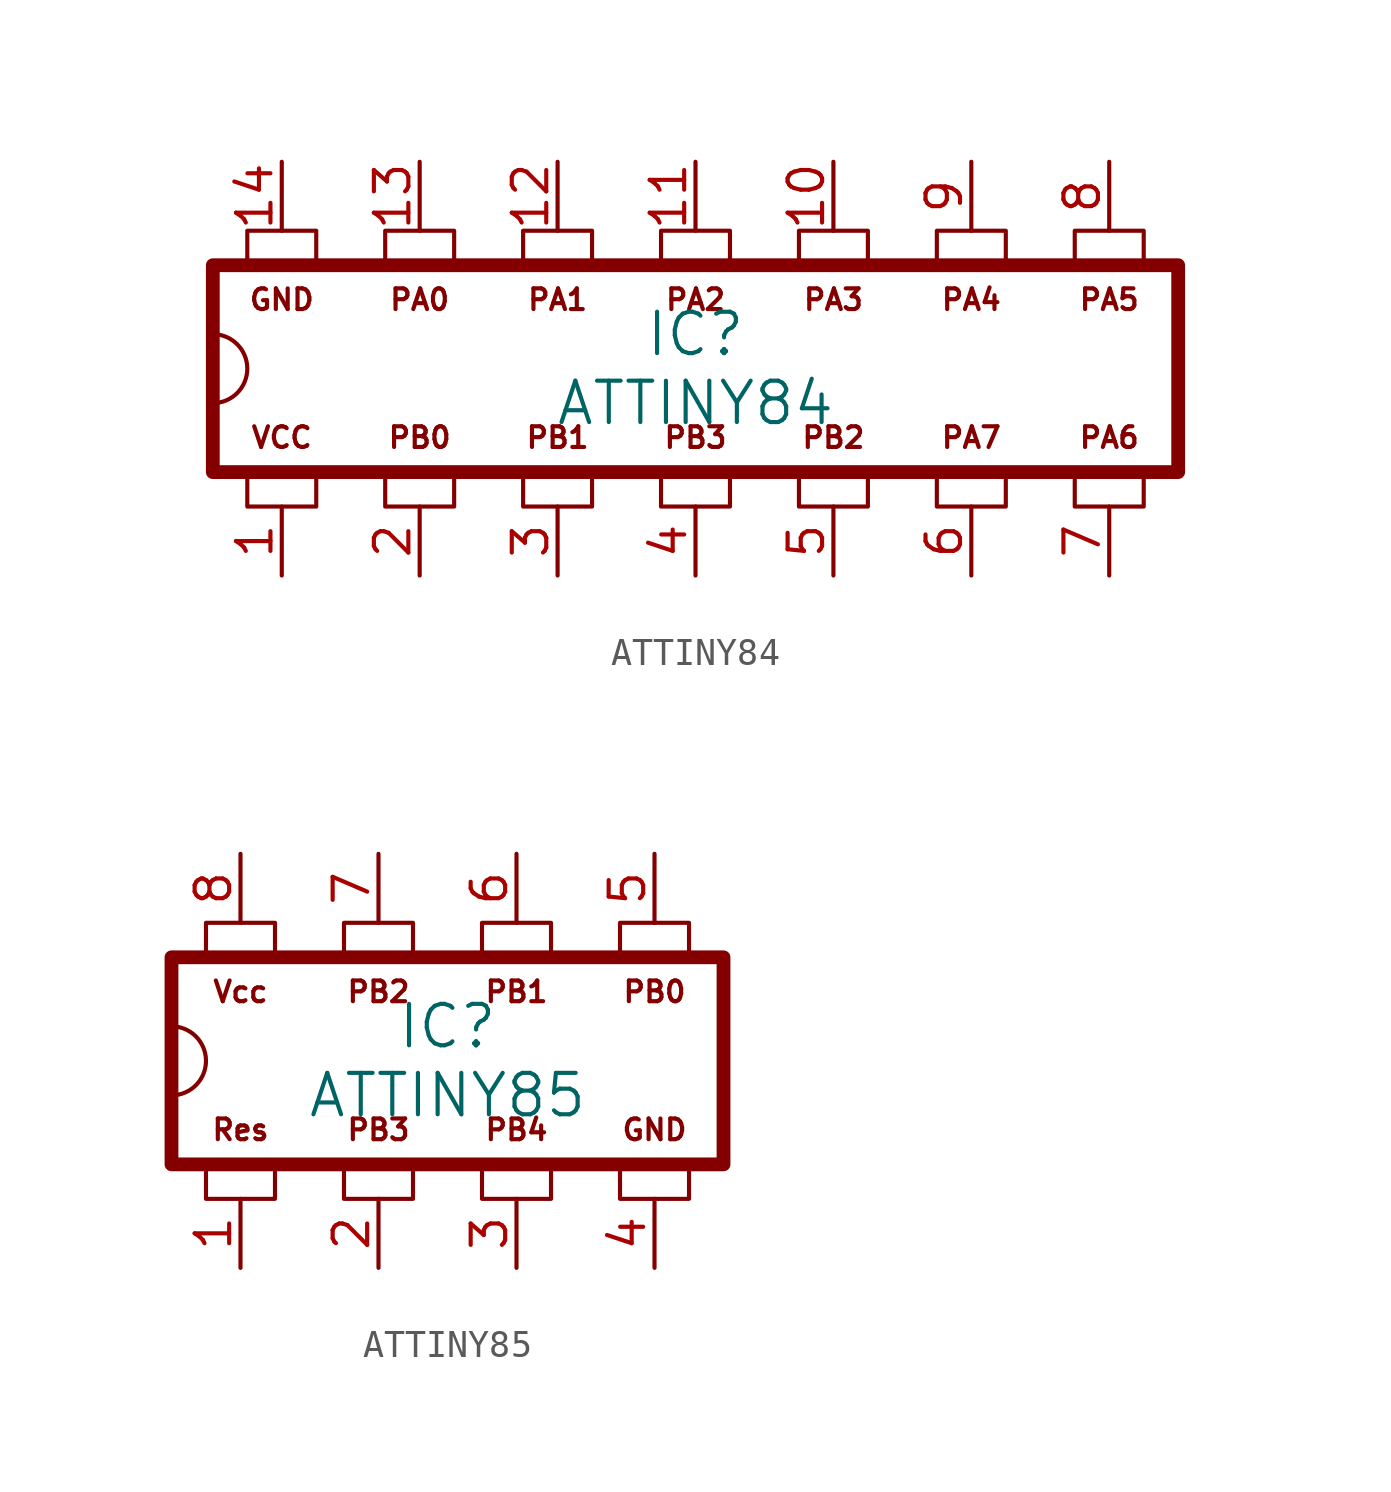
<source format=kicad_sym>
(kicad_symbol_lib
  (version 20231120)
  (generator "kicad_symbol_editor")
  (generator_version "8.0")
  (symbol "ATTINY84"
    (pin_names
      (offset 1.016))
    (property "Reference" "IC"
      (at 7.62 1.27 0)
      (effects (font (size 1.524 1.524))))
    (property "Value" "ATTINY84"
      (at 7.62 -1.27 0)
      (effects (font (size 1.524 1.524))))
    (property "Footprint" ""
      (at 0 0 0)
      (effects (font (size 1.524 1.524))))
    (property "Datasheet" ""
      (at 0 0 0)
      (effects (font (size 1.524 1.524))))
    (symbol "ATTINY84_0_0"
      (text "GND" (at -7.62 2.54 0) (effects (font (size 0.762 0.762))))
      (text "PA0" (at -2.54 2.54 0) (effects (font (size 0.762 0.762))))
      (text "PA1" (at 2.54 2.54 0) (effects (font (size 0.762 0.762))))
      (text "PA2" (at 7.62 2.54 0) (effects (font (size 0.762 0.762))))
      (text "PA3" (at 12.7 2.54 0) (effects (font (size 0.762 0.762))))
      (text "PA4" (at 17.78 2.54 0) (effects (font (size 0.762 0.762))))
      (text "PA5" (at 22.86 2.54 0) (effects (font (size 0.762 0.762))))
      (text "PA6" (at 22.86 -2.54 0) (effects (font (size 0.762 0.762))))
      (text "PA7" (at 17.78 -2.54 0) (effects (font (size 0.762 0.762))))
      (text "PB0" (at -2.54 -2.54 0) (effects (font (size 0.762 0.762))))
      (text "PB1" (at 2.54 -2.54 0) (effects (font (size 0.762 0.762))))
      (text "PB2" (at 12.7 -2.54 0) (effects (font (size 0.762 0.762))))
      (text "PB3" (at 7.62 -2.54 0) (effects (font (size 0.762 0.762))))
      (text "VCC" (at -7.62 -2.54 0) (effects (font (size 0.762 0.762)))))
    (symbol "ATTINY84_0_1"
      (arc (start -10.16 -1.27) (mid -8.89 0) (end -10.16 1.27) (stroke (width 0) (type solid)) (fill (type none)))
      (rectangle (start -10.16 3.81) (end 25.4 -3.81) (stroke (width 0.508) (type solid)) (fill (type none)))
      (polyline (pts (xy -8.89 -3.81) (xy -8.89 -5.08) (xy -6.35 -5.08) (xy -6.35 -3.81)) (stroke (width 0) (type solid)) (fill (type none)))
      (polyline (pts (xy -6.35 3.81) (xy -6.35 5.08) (xy -8.89 5.08) (xy -8.89 3.81)) (stroke (width 0) (type solid)) (fill (type none)))
      (polyline (pts (xy -3.81 -3.81) (xy -3.81 -5.08) (xy -1.27 -5.08) (xy -1.27 -3.81)) (stroke (width 0) (type solid)) (fill (type none)))
      (polyline (pts (xy -1.27 3.81) (xy -1.27 5.08) (xy -3.81 5.08) (xy -3.81 3.81)) (stroke (width 0) (type solid)) (fill (type none)))
      (polyline (pts (xy 1.27 -3.81) (xy 1.27 -5.08) (xy 3.81 -5.08) (xy 3.81 -3.81)) (stroke (width 0) (type solid)) (fill (type none)))
      (polyline (pts (xy 1.27 3.81) (xy 1.27 5.08) (xy 3.81 5.08) (xy 3.81 3.81)) (stroke (width 0) (type solid)) (fill (type none)))
      (polyline (pts (xy 6.35 -3.81) (xy 6.35 -5.08) (xy 8.89 -5.08) (xy 8.89 -3.81)) (stroke (width 0) (type solid)) (fill (type none)))
      (polyline (pts (xy 6.35 3.81) (xy 6.35 5.08) (xy 8.89 5.08) (xy 8.89 3.81)) (stroke (width 0) (type solid)) (fill (type none)))
      (polyline (pts (xy 11.43 -3.81) (xy 11.43 -5.08) (xy 13.97 -5.08) (xy 13.97 -3.81)) (stroke (width 0) (type solid)) (fill (type none)))
      (polyline (pts (xy 11.43 3.81) (xy 11.43 5.08) (xy 13.97 5.08) (xy 13.97 3.81)) (stroke (width 0) (type solid)) (fill (type none)))
      (polyline (pts (xy 16.51 -3.81) (xy 16.51 -5.08) (xy 19.05 -5.08) (xy 19.05 -3.81)) (stroke (width 0) (type solid)) (fill (type none)))
      (polyline (pts (xy 16.51 3.81) (xy 16.51 5.08) (xy 19.05 5.08) (xy 19.05 3.81)) (stroke (width 0) (type solid)) (fill (type none)))
      (polyline (pts (xy 21.59 -3.81) (xy 21.59 -5.08) (xy 24.13 -5.08) (xy 24.13 -3.81)) (stroke (width 0) (type solid)) (fill (type none)))
      (polyline (pts (xy 21.59 3.81) (xy 21.59 5.08) (xy 24.13 5.08) (xy 24.13 3.81)) (stroke (width 0) (type solid)) (fill (type none))))
    (symbol "ATTINY84_1_1"
      (pin power_in line (at -7.62 -7.62 90) (length 2.54) (name "~" (effects (font (size 1.27 1.27)))) (number "1" (effects (font (size 1.27 1.27)))))
      (pin bidirectional line (at 12.7 7.62 270) (length 2.54) (name "~" (effects (font (size 1.27 1.27)))) (number "10" (effects (font (size 1.27 1.27)))))
      (pin bidirectional line (at 7.62 7.62 270) (length 2.54) (name "~" (effects (font (size 1.27 1.27)))) (number "11" (effects (font (size 1.27 1.27)))))
      (pin bidirectional line (at 2.54 7.62 270) (length 2.54) (name "~" (effects (font (size 1.27 1.27)))) (number "12" (effects (font (size 1.27 1.27)))))
      (pin bidirectional line (at -2.54 7.62 270) (length 2.54) (name "~" (effects (font (size 1.27 1.27)))) (number "13" (effects (font (size 1.27 1.27)))))
      (pin power_in line (at -7.62 7.62 270) (length 2.54) (name "~" (effects (font (size 1.27 1.27)))) (number "14" (effects (font (size 1.27 1.27)))))
      (pin bidirectional line (at -2.54 -7.62 90) (length 2.54) (name "~" (effects (font (size 1.27 1.27)))) (number "2" (effects (font (size 1.27 1.27)))))
      (pin bidirectional line (at 2.54 -7.62 90) (length 2.54) (name "~" (effects (font (size 1.27 1.27)))) (number "3" (effects (font (size 1.27 1.27)))))
      (pin bidirectional line (at 7.62 -7.62 90) (length 2.54) (name "~" (effects (font (size 1.27 1.27)))) (number "4" (effects (font (size 1.27 1.27)))))
      (pin bidirectional line (at 12.7 -7.62 90) (length 2.54) (name "~" (effects (font (size 1.27 1.27)))) (number "5" (effects (font (size 1.27 1.27)))))
      (pin bidirectional line (at 17.78 -7.62 90) (length 2.54) (name "~" (effects (font (size 1.27 1.27)))) (number "6" (effects (font (size 1.27 1.27)))))
      (pin bidirectional line (at 22.86 -7.62 90) (length 2.54) (name "~" (effects (font (size 1.27 1.27)))) (number "7" (effects (font (size 1.27 1.27)))))
      (pin bidirectional line (at 22.86 7.62 270) (length 2.54) (name "~" (effects (font (size 1.27 1.27)))) (number "8" (effects (font (size 1.27 1.27)))))
      (pin bidirectional line (at 17.78 7.62 270) (length 2.54) (name "~" (effects (font (size 1.27 1.27)))) (number "9" (effects (font (size 1.27 1.27)))))))
  (symbol "ATTINY85"
    (pin_names
      (offset 1.016))
    (property "Reference" "IC"
      (at 0 1.27 0)
      (effects (font (size 1.524 1.524))))
    (property "Value" "ATTINY85"
      (at 0 -1.27 0)
      (effects (font (size 1.524 1.524))))
    (property "Footprint" ""
      (at 0 0 0)
      (effects (font (size 1.524 1.524))))
    (property "Datasheet" ""
      (at 0 0 0)
      (effects (font (size 1.524 1.524))))
    (symbol "ATTINY85_0_0"
      (text "GND" (at 7.62 -2.54 0) (effects (font (size 0.762 0.762))))
      (text "PB0" (at 7.62 2.54 0) (effects (font (size 0.762 0.762))))
      (text "PB1" (at 2.54 2.54 0) (effects (font (size 0.762 0.762))))
      (text "PB2" (at -2.54 2.54 0) (effects (font (size 0.762 0.762))))
      (text "PB3" (at -2.54 -2.54 0) (effects (font (size 0.762 0.762))))
      (text "PB4" (at 2.54 -2.54 0) (effects (font (size 0.762 0.762))))
      (text "Res" (at -7.62 -2.54 0) (effects (font (size 0.762 0.762))))
      (text "Vcc" (at -7.62 2.54 0) (effects (font (size 0.762 0.762)))))
    (symbol "ATTINY85_0_1"
      (arc (start -10.16 -1.27) (mid -8.89 0) (end -10.16 1.27) (stroke (width 0) (type solid)) (fill (type none)))
      (rectangle (start -10.16 3.81) (end 10.16 -3.81) (stroke (width 0.508) (type solid)) (fill (type none)))
      (polyline (pts (xy -8.89 -3.81) (xy -8.89 -5.08) (xy -6.35 -5.08) (xy -6.35 -3.81)) (stroke (width 0) (type solid)) (fill (type none)))
      (polyline (pts (xy -6.35 3.81) (xy -6.35 5.08) (xy -8.89 5.08) (xy -8.89 3.81)) (stroke (width 0) (type solid)) (fill (type none)))
      (polyline (pts (xy -3.81 -3.81) (xy -3.81 -5.08) (xy -1.27 -5.08) (xy -1.27 -3.81)) (stroke (width 0) (type solid)) (fill (type none)))
      (polyline (pts (xy -1.27 3.81) (xy -1.27 5.08) (xy -3.81 5.08) (xy -3.81 3.81)) (stroke (width 0) (type solid)) (fill (type none)))
      (polyline (pts (xy 1.27 -3.81) (xy 1.27 -5.08) (xy 3.81 -5.08) (xy 3.81 -3.81)) (stroke (width 0) (type solid)) (fill (type none)))
      (polyline (pts (xy 1.27 3.81) (xy 1.27 5.08) (xy 3.81 5.08) (xy 3.81 3.81)) (stroke (width 0) (type solid)) (fill (type none)))
      (polyline (pts (xy 6.35 -3.81) (xy 6.35 -5.08) (xy 8.89 -5.08) (xy 8.89 -3.81)) (stroke (width 0) (type solid)) (fill (type none)))
      (polyline (pts (xy 6.35 3.81) (xy 6.35 5.08) (xy 8.89 5.08) (xy 8.89 3.81)) (stroke (width 0) (type solid)) (fill (type none))))
    (symbol "ATTINY85_1_1"
      (pin input line (at -7.62 -7.62 90) (length 2.54) (name "~" (effects (font (size 1.27 1.27)))) (number "1" (effects (font (size 1.27 1.27)))))
      (pin bidirectional line (at -2.54 -7.62 90) (length 2.54) (name "~" (effects (font (size 1.27 1.27)))) (number "2" (effects (font (size 1.27 1.27)))))
      (pin bidirectional line (at 2.54 -7.62 90) (length 2.54) (name "~" (effects (font (size 1.27 1.27)))) (number "3" (effects (font (size 1.27 1.27)))))
      (pin power_out line (at 7.62 -7.62 90) (length 2.54) (name "~" (effects (font (size 1.27 1.27)))) (number "4" (effects (font (size 1.27 1.27)))))
      (pin bidirectional line (at 7.62 7.62 270) (length 2.54) (name "~" (effects (font (size 1.27 1.27)))) (number "5" (effects (font (size 1.27 1.27)))))
      (pin bidirectional line (at 2.54 7.62 270) (length 2.54) (name "~" (effects (font (size 1.27 1.27)))) (number "6" (effects (font (size 1.27 1.27)))))
      (pin bidirectional line (at -2.54 7.62 270) (length 2.54) (name "~" (effects (font (size 1.27 1.27)))) (number "7" (effects (font (size 1.27 1.27)))))
      (pin power_in line (at -7.62 7.62 270) (length 2.54) (name "~" (effects (font (size 1.27 1.27)))) (number "8" (effects (font (size 1.27 1.27))))))))
</source>
